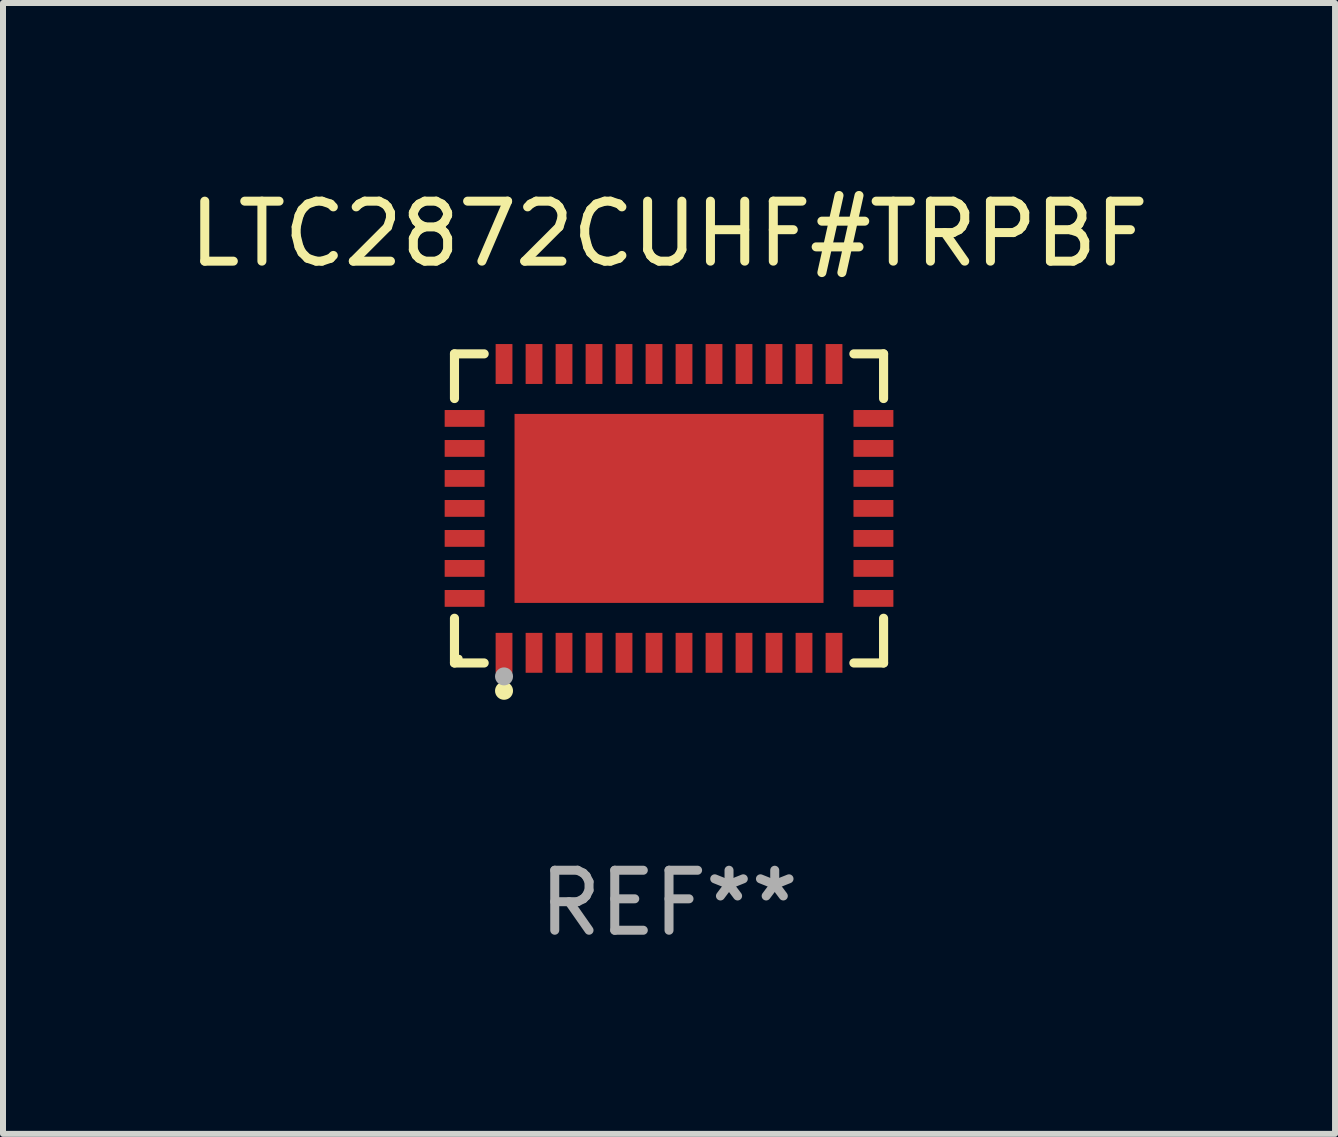
<source format=kicad_pcb>
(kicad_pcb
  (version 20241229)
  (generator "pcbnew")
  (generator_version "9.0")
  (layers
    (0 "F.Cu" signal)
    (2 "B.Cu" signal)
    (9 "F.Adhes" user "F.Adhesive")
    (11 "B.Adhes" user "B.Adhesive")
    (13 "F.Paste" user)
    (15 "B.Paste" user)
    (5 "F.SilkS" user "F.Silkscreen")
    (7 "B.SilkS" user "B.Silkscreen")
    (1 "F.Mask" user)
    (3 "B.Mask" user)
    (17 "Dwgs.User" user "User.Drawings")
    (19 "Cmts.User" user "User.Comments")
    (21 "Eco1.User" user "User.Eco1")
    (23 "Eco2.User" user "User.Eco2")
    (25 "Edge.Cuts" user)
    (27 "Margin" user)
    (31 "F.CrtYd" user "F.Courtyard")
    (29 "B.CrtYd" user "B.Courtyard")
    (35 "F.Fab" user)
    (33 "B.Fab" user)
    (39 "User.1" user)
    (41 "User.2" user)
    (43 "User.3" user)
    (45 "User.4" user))
  (footprint "LTC2872CUHF#TRPBF"
    (layer "F.Cu")
    (at 8.101 5.424)
    (property "Reference" "LTC2872CUHF#TRPBF" (at 0 -4.576 0) (layer "F.SilkS") (effects (font (size 1 1) (thickness 0.15))))
    (attr through_hole)
    (fp_line (start -3.576 -2.576) (end -3.081 -2.576) (stroke (width 0.152) (type solid)) (layer "F.SilkS"))
    (fp_line (start -3.576 -1.831) (end -3.576 -2.576) (stroke (width 0.152) (type solid)) (layer "F.SilkS"))
    (fp_line (start -3.576 1.831) (end -3.576 2.576) (stroke (width 0.152) (type solid)) (layer "F.SilkS"))
    (fp_line (start -3.576 2.576) (end -3.081 2.576) (stroke (width 0.152) (type solid)) (layer "F.SilkS"))
    (fp_line (start 3.576 -2.576) (end 3.081 -2.576) (stroke (width 0.152) (type solid)) (layer "F.SilkS"))
    (fp_line (start 3.576 -1.831) (end 3.576 -2.576) (stroke (width 0.152) (type solid)) (layer "F.SilkS"))
    (fp_line (start 3.576 1.831) (end 3.576 2.576) (stroke (width 0.152) (type solid)) (layer "F.SilkS"))
    (fp_line (start 3.576 2.576) (end 3.081 2.576) (stroke (width 0.152) (type solid)) (layer "F.SilkS"))
    (fp_circle (center -3.5 2.5) (end -3.47 2.5) (stroke (width 0.06) (type solid)) (fill no) (layer "F.SilkS"))
    (fp_circle (center -2.75 3.04) (end -2.675 3.04) (stroke (width 0.15) (type solid)) (fill no) (layer "F.SilkS"))
    (fp_circle (center -2.75 2.8) (end -2.675 2.8) (stroke (width 0.15) (type solid)) (fill no) (layer "F.Fab"))
    (fp_text user "REF**" (at 0 6.576 0) (layer "F.Fab") (effects (font (size 1 1) (thickness 0.15))))
    (pad "1" smd rect (at -2.75 2.407) (size 0.28 0.665) (layers "F.Cu" "F.Mask" "F.Paste"))
    (pad "2" smd rect (at -2.25 2.407) (size 0.28 0.665) (layers "F.Cu" "F.Mask" "F.Paste"))
    (pad "3" smd rect (at -1.75 2.407) (size 0.28 0.665) (layers "F.Cu" "F.Mask" "F.Paste"))
    (pad "4" smd rect (at -1.25 2.407) (size 0.28 0.665) (layers "F.Cu" "F.Mask" "F.Paste"))
    (pad "5" smd rect (at -0.75 2.407) (size 0.28 0.665) (layers "F.Cu" "F.Mask" "F.Paste"))
    (pad "6" smd rect (at -0.25 2.407) (size 0.28 0.665) (layers "F.Cu" "F.Mask" "F.Paste"))
    (pad "7" smd rect (at 0.25 2.407) (size 0.28 0.665) (layers "F.Cu" "F.Mask" "F.Paste"))
    (pad "8" smd rect (at 0.75 2.407) (size 0.28 0.665) (layers "F.Cu" "F.Mask" "F.Paste"))
    (pad "9" smd rect (at 1.25 2.407) (size 0.28 0.665) (layers "F.Cu" "F.Mask" "F.Paste"))
    (pad "10" smd rect (at 1.75 2.407) (size 0.28 0.665) (layers "F.Cu" "F.Mask" "F.Paste"))
    (pad "11" smd rect (at 2.25 2.407) (size 0.28 0.665) (layers "F.Cu" "F.Mask" "F.Paste"))
    (pad "12" smd rect (at 2.75 2.407) (size 0.28 0.665) (layers "F.Cu" "F.Mask" "F.Paste"))
    (pad "13" smd rect (at 3.407 1.5) (size 0.665 0.28) (layers "F.Cu" "F.Mask" "F.Paste"))
    (pad "14" smd rect (at 3.407 1) (size 0.665 0.28) (layers "F.Cu" "F.Mask" "F.Paste"))
    (pad "15" smd rect (at 3.407 0.5) (size 0.665 0.28) (layers "F.Cu" "F.Mask" "F.Paste"))
    (pad "16" smd rect (at 3.407 0) (size 0.665 0.28) (layers "F.Cu" "F.Mask" "F.Paste"))
    (pad "17" smd rect (at 3.407 -0.5) (size 0.665 0.28) (layers "F.Cu" "F.Mask" "F.Paste"))
    (pad "18" smd rect (at 3.407 -1) (size 0.665 0.28) (layers "F.Cu" "F.Mask" "F.Paste"))
    (pad "19" smd rect (at 3.407 -1.5) (size 0.665 0.28) (layers "F.Cu" "F.Mask" "F.Paste"))
    (pad "20" smd rect (at 2.75 -2.407) (size 0.28 0.665) (layers "F.Cu" "F.Mask" "F.Paste"))
    (pad "21" smd rect (at 2.25 -2.407) (size 0.28 0.665) (layers "F.Cu" "F.Mask" "F.Paste"))
    (pad "22" smd rect (at 1.75 -2.407) (size 0.28 0.665) (layers "F.Cu" "F.Mask" "F.Paste"))
    (pad "23" smd rect (at 1.25 -2.407) (size 0.28 0.665) (layers "F.Cu" "F.Mask" "F.Paste"))
    (pad "24" smd rect (at 0.75 -2.407) (size 0.28 0.665) (layers "F.Cu" "F.Mask" "F.Paste"))
    (pad "25" smd rect (at 0.25 -2.407) (size 0.28 0.665) (layers "F.Cu" "F.Mask" "F.Paste"))
    (pad "26" smd rect (at -0.25 -2.407) (size 0.28 0.665) (layers "F.Cu" "F.Mask" "F.Paste"))
    (pad "27" smd rect (at -0.75 -2.407) (size 0.28 0.665) (layers "F.Cu" "F.Mask" "F.Paste"))
    (pad "28" smd rect (at -1.25 -2.407) (size 0.28 0.665) (layers "F.Cu" "F.Mask" "F.Paste"))
    (pad "29" smd rect (at -1.75 -2.407) (size 0.28 0.665) (layers "F.Cu" "F.Mask" "F.Paste"))
    (pad "30" smd rect (at -2.25 -2.407) (size 0.28 0.665) (layers "F.Cu" "F.Mask" "F.Paste"))
    (pad "31" smd rect (at -2.75 -2.407) (size 0.28 0.665) (layers "F.Cu" "F.Mask" "F.Paste"))
    (pad "32" smd rect (at -3.407 -1.5) (size 0.665 0.28) (layers "F.Cu" "F.Mask" "F.Paste"))
    (pad "33" smd rect (at -3.407 -1) (size 0.665 0.28) (layers "F.Cu" "F.Mask" "F.Paste"))
    (pad "34" smd rect (at -3.407 -0.5) (size 0.665 0.28) (layers "F.Cu" "F.Mask" "F.Paste"))
    (pad "35" smd rect (at -3.407 0) (size 0.665 0.28) (layers "F.Cu" "F.Mask" "F.Paste"))
    (pad "36" smd rect (at -3.407 0.5) (size 0.665 0.28) (layers "F.Cu" "F.Mask" "F.Paste"))
    (pad "37" smd rect (at -3.407 1) (size 0.665 0.28) (layers "F.Cu" "F.Mask" "F.Paste"))
    (pad "38" smd rect (at -3.407 1.5) (size 0.665 0.28) (layers "F.Cu" "F.Mask" "F.Paste"))
    (pad "39" smd rect (at 0 0) (size 5.15 3.15) (layers "F.Cu" "F.Mask" "F.Paste")))
  (gr_rect
    (start -3 -3)
    (end 19.202 15.849)
    (stroke (width 0.1) (type default))
    (fill no)
    (layer "Edge.Cuts")))
</source>
